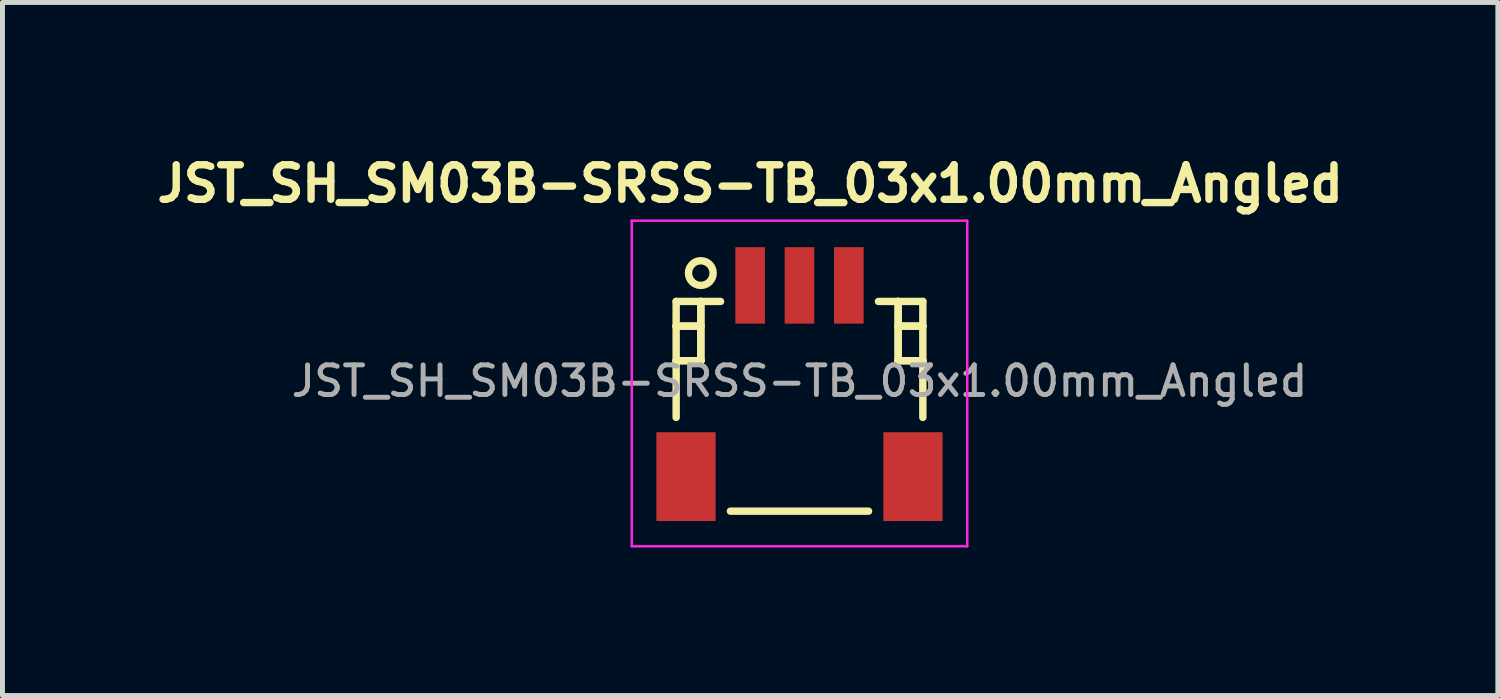
<source format=kicad_pcb>
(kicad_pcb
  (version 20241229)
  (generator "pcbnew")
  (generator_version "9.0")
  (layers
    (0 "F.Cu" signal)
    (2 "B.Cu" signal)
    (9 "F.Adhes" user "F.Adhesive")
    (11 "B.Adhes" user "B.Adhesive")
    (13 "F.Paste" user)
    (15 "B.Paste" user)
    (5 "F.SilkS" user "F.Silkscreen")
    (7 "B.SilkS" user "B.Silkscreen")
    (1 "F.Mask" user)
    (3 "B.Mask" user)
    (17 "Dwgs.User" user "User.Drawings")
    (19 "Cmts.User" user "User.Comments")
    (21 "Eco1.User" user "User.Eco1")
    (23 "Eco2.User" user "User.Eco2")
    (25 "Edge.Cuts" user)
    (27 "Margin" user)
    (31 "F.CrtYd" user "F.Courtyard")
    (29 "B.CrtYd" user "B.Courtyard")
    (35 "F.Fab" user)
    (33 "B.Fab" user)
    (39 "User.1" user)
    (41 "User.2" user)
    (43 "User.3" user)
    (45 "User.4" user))
  (footprint "JST_SH_SM03B-SRSS-TB_03x1.00mm_Angled"
    (layer "F.Cu")
    (at 13.155 4.673)
    (property "Reference" "JST_SH_SM03B-SRSS-TB_03x1.00mm_Angled" (at -1 -4 0) (layer "F.SilkS") (effects (font (size 0.7 0.7) (thickness 0.15))))
    (attr smd)
    (fp_line (start -2.5 -1.613) (end -1.6 -1.613) (stroke (width 0.15) (type solid)) (layer "F.SilkS"))
    (fp_line (start -2.5 -1.113) (end -2.5 -1.113) (stroke (width 0.15) (type solid)) (layer "F.SilkS"))
    (fp_line (start -2.5 -1.113) (end -2 -1.113) (stroke (width 0.15) (type solid)) (layer "F.SilkS"))
    (fp_line (start -2.5 -0.412) (end -2.5 -0.412) (stroke (width 0.15) (type solid)) (layer "F.SilkS"))
    (fp_line (start -2.5 -0.412) (end -2 -0.412) (stroke (width 0.15) (type solid)) (layer "F.SilkS"))
    (fp_line (start -2.5 0.738) (end -2.5 -1.613) (stroke (width 0.15) (type solid)) (layer "F.SilkS"))
    (fp_line (start -2 -1.613) (end -2 -1.613) (stroke (width 0.15) (type solid)) (layer "F.SilkS"))
    (fp_line (start -2 -1.613) (end -2 -0.412) (stroke (width 0.15) (type solid)) (layer "F.SilkS"))
    (fp_line (start -2 -1.113) (end -2.5 -1.113) (stroke (width 0.15) (type solid)) (layer "F.SilkS"))
    (fp_line (start -2 -1.113) (end -2 -1.113) (stroke (width 0.15) (type solid)) (layer "F.SilkS"))
    (fp_line (start -2 -0.412) (end -2.5 -0.412) (stroke (width 0.15) (type solid)) (layer "F.SilkS"))
    (fp_line (start -2 -0.412) (end -2 -1.613) (stroke (width 0.15) (type solid)) (layer "F.SilkS"))
    (fp_line (start -2 -0.412) (end -2 -0.412) (stroke (width 0.15) (type solid)) (layer "F.SilkS"))
    (fp_line (start -2 -0.412) (end -2 -0.412) (stroke (width 0.15) (type solid)) (layer "F.SilkS"))
    (fp_line (start -1.4 2.638) (end 1.4 2.638) (stroke (width 0.15) (type solid)) (layer "F.SilkS"))
    (fp_line (start 2 -1.613) (end 2 -1.613) (stroke (width 0.15) (type solid)) (layer "F.SilkS"))
    (fp_line (start 2 -1.613) (end 2 -0.412) (stroke (width 0.15) (type solid)) (layer "F.SilkS"))
    (fp_line (start 2 -1.113) (end 2 -1.113) (stroke (width 0.15) (type solid)) (layer "F.SilkS"))
    (fp_line (start 2 -1.113) (end 2.5 -1.113) (stroke (width 0.15) (type solid)) (layer "F.SilkS"))
    (fp_line (start 2 -0.412) (end 2 -1.613) (stroke (width 0.15) (type solid)) (layer "F.SilkS"))
    (fp_line (start 2 -0.412) (end 2 -0.412) (stroke (width 0.15) (type solid)) (layer "F.SilkS"))
    (fp_line (start 2 -0.412) (end 2 -0.412) (stroke (width 0.15) (type solid)) (layer "F.SilkS"))
    (fp_line (start 2 -0.412) (end 2.5 -0.412) (stroke (width 0.15) (type solid)) (layer "F.SilkS"))
    (fp_line (start 2.5 -1.613) (end 1.6 -1.613) (stroke (width 0.15) (type solid)) (layer "F.SilkS"))
    (fp_line (start 2.5 -1.113) (end 2 -1.113) (stroke (width 0.15) (type solid)) (layer "F.SilkS"))
    (fp_line (start 2.5 -1.113) (end 2.5 -1.113) (stroke (width 0.15) (type solid)) (layer "F.SilkS"))
    (fp_line (start 2.5 -0.412) (end 2 -0.412) (stroke (width 0.15) (type solid)) (layer "F.SilkS"))
    (fp_line (start 2.5 -0.412) (end 2.5 -0.412) (stroke (width 0.15) (type solid)) (layer "F.SilkS"))
    (fp_line (start 2.5 0.738) (end 2.5 -1.613) (stroke (width 0.15) (type solid)) (layer "F.SilkS"))
    (fp_circle (center -2 -2.188) (end -1.75 -2.188) (stroke (width 0.15) (type solid)) (fill no) (layer "F.SilkS"))
    (fp_line (start -3.4 -3.25) (end 3.4 -3.25) (stroke (width 0.05) (type solid)) (layer "F.CrtYd"))
    (fp_line (start -3.4 3.35) (end -3.4 -3.25) (stroke (width 0.05) (type solid)) (layer "F.CrtYd"))
    (fp_line (start 3.4 -3.25) (end 3.4 3.35) (stroke (width 0.05) (type solid)) (layer "F.CrtYd"))
    (fp_line (start 3.4 3.35) (end -3.4 3.35) (stroke (width 0.05) (type solid)) (layer "F.CrtYd"))
    (fp_text user "${REFERENCE}" (at 0 0 0) (layer "F.Fab") (effects (font (size 0.6 0.6) (thickness 0.1))))
    (pad "" smd rect (at -2.3 1.938) (size 1.2 1.8) (layers "F.Cu" "F.Mask" "F.Paste"))
    (pad "" smd rect (at 2.3 1.938) (size 1.2 1.8) (layers "F.Cu" "F.Mask" "F.Paste"))
    (pad "1" smd rect (at -1 -1.938) (size 0.6 1.55) (layers "F.Cu" "F.Mask" "F.Paste"))
    (pad "2" smd rect (at 0 -1.938) (size 0.6 1.55) (layers "F.Cu" "F.Mask" "F.Paste"))
    (pad "3" smd rect (at 1 -1.938) (size 0.6 1.55) (layers "F.Cu" "F.Mask" "F.Paste")))
  (gr_rect
    (start -3 -3)
    (end 27.31 11.048)
    (stroke (width 0.1) (type default))
    (fill no)
    (layer "Edge.Cuts")))
</source>
